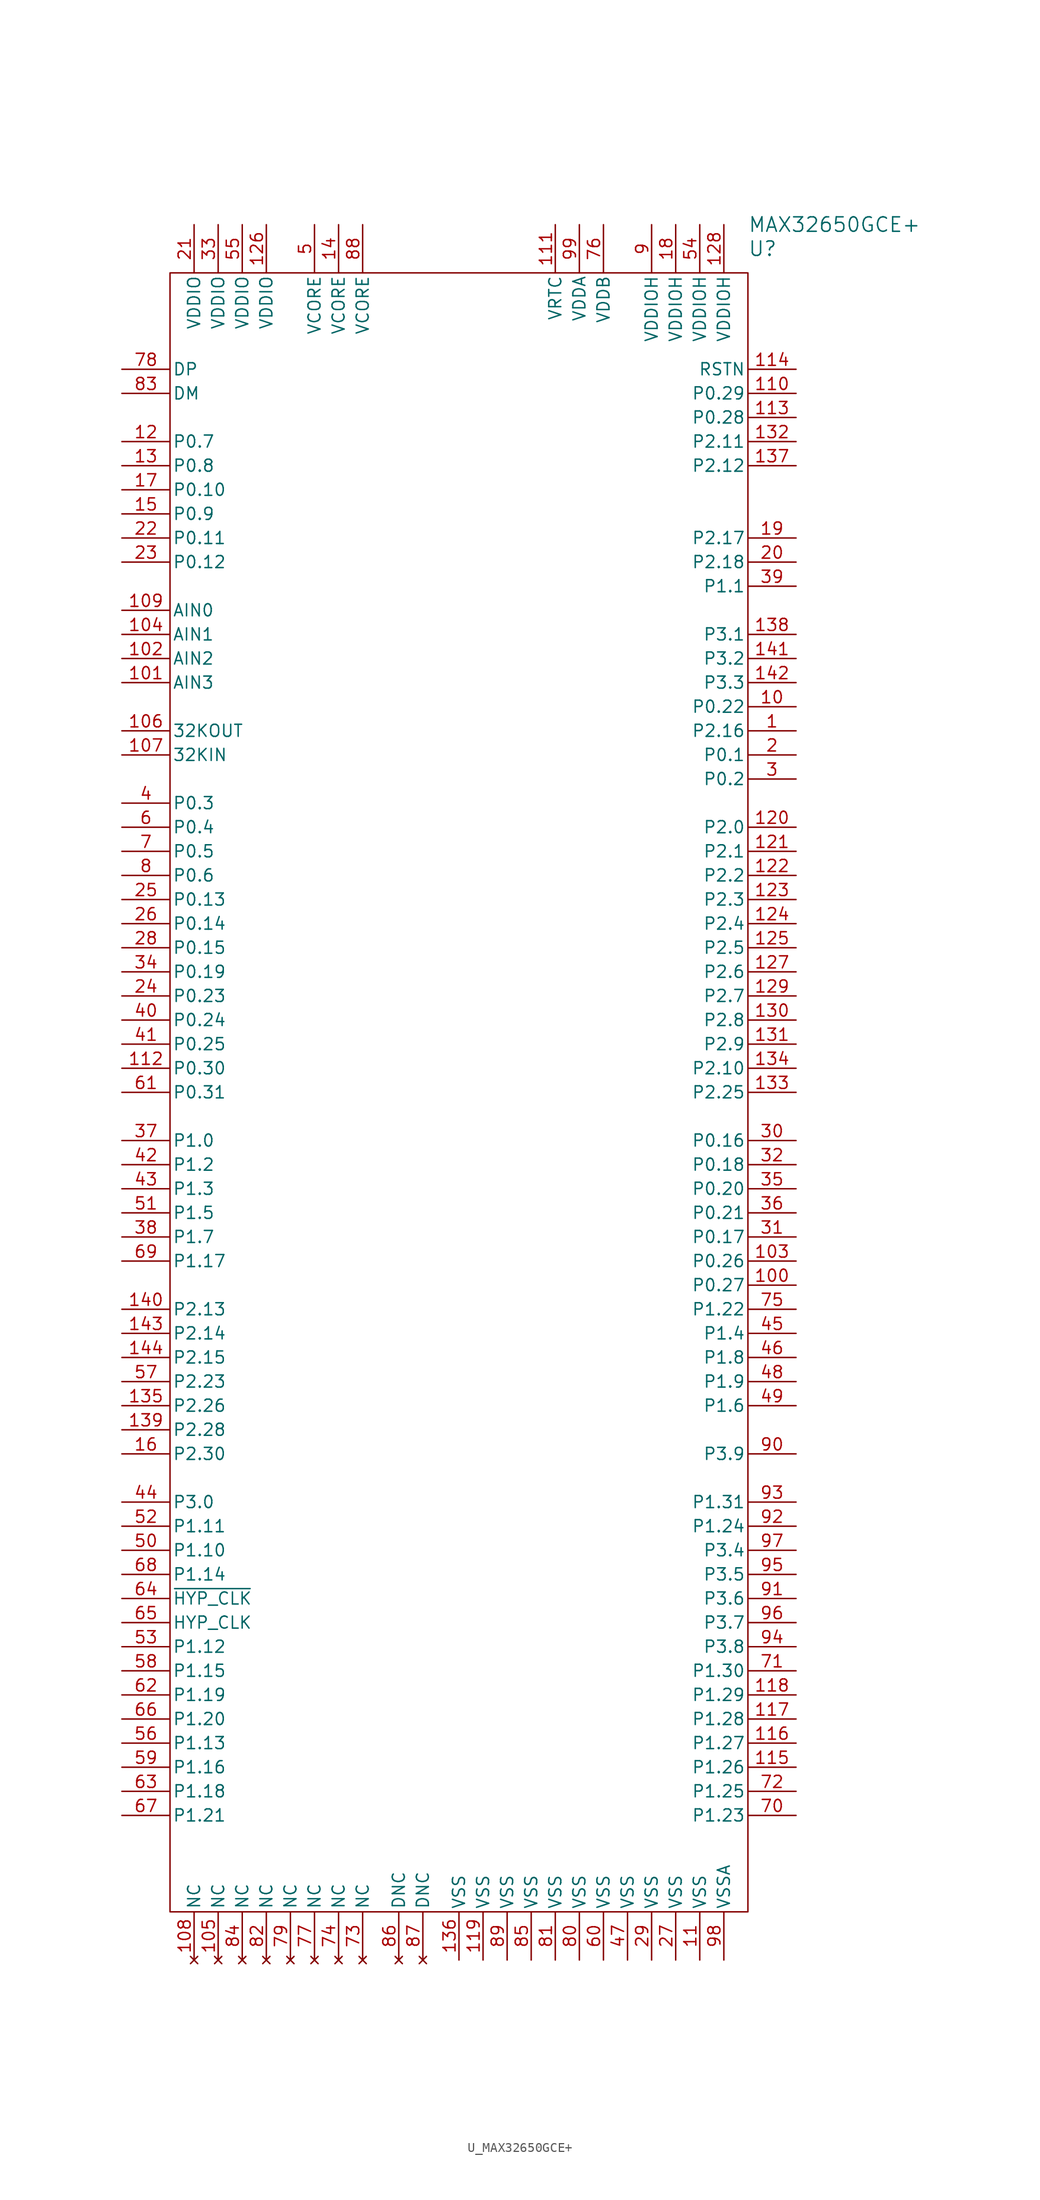
<source format=kicad_sym>
(kicad_symbol_lib
  (version 20241209)
  (generator "kicad_symbol_editor")
  (generator_version "9.0")
  (symbol "U_MAX32650GCE+"
    (pin_names
      (offset 0.254))
    (property "Reference" "U"
      (at 30.48 91.44 0)
      (effects (font (size 1.524 1.524)) (justify left)))
    (property "Value" "MAX32650GCE+"
      (at 30.48 93.98 0)
      (effects (font (size 1.524 1.524)) (justify left)))
    (symbol "U_MAX32650GCE+_1_1"
      (rectangle (start -30.48 88.9) (end 30.48 -83.82) (stroke (width 0) (type default)) (fill (type none)))
      (pin unspecified line (at -35.56 78.74 0) (length 5.08) (name "DP" (effects (font (size 1.27 1.27)))) (number "78" (effects (font (size 1.27 1.27)))))
      (pin unspecified line (at -35.56 76.2 0) (length 5.08) (name "DM" (effects (font (size 1.27 1.27)))) (number "83" (effects (font (size 1.27 1.27)))))
      (pin bidirectional line (at -35.56 71.12 0) (length 5.08) (name "P0.7" (effects (font (size 1.27 1.27)))) (number "12" (effects (font (size 1.27 1.27)))) (alternate "SPIXF_SS0" bidirectional line))
      (pin bidirectional line (at -35.56 68.58 0) (length 5.08) (name "P0.8" (effects (font (size 1.27 1.27)))) (number "13" (effects (font (size 1.27 1.27)))) (alternate "SPIXF_SCK" bidirectional line))
      (pin bidirectional line (at -35.56 66.04 0) (length 5.08) (name "P0.10" (effects (font (size 1.27 1.27)))) (number "17" (effects (font (size 1.27 1.27)))) (alternate "SPIXF_SDIO0" bidirectional line))
      (pin bidirectional line (at -35.56 63.5 0) (length 5.08) (name "P0.9" (effects (font (size 1.27 1.27)))) (number "15" (effects (font (size 1.27 1.27)))) (alternate "SPIXF_SDIO1" bidirectional line))
      (pin bidirectional line (at -35.56 60.96 0) (length 5.08) (name "P0.11" (effects (font (size 1.27 1.27)))) (number "22" (effects (font (size 1.27 1.27)))) (alternate "SPIXF_SDIO2" bidirectional line))
      (pin bidirectional line (at -35.56 58.42 0) (length 5.08) (name "P0.12" (effects (font (size 1.27 1.27)))) (number "23" (effects (font (size 1.27 1.27)))) (alternate "SPIXF_SDIO3" bidirectional line))
      (pin bidirectional line (at -35.56 53.34 0) (length 5.08) (name "AIN0" (effects (font (size 1.27 1.27)))) (number "109" (effects (font (size 1.27 1.27)))))
      (pin input line (at -35.56 50.8 0) (length 5.08) (name "AIN1" (effects (font (size 1.27 1.27)))) (number "104" (effects (font (size 1.27 1.27)))))
      (pin input line (at -35.56 48.26 0) (length 5.08) (name "AIN2" (effects (font (size 1.27 1.27)))) (number "102" (effects (font (size 1.27 1.27)))))
      (pin input line (at -35.56 45.72 0) (length 5.08) (name "AIN3" (effects (font (size 1.27 1.27)))) (number "101" (effects (font (size 1.27 1.27)))))
      (pin output line (at -35.56 40.64 0) (length 5.08) (name "32KOUT" (effects (font (size 1.27 1.27)))) (number "106" (effects (font (size 1.27 1.27)))))
      (pin bidirectional line (at -35.56 38.1 0) (length 5.08) (name "32KIN" (effects (font (size 1.27 1.27)))) (number "107" (effects (font (size 1.27 1.27)))))
      (pin bidirectional line (at -35.56 33.02 0) (length 5.08) (name "P0.3" (effects (font (size 1.27 1.27)))) (number "4" (effects (font (size 1.27 1.27)))) (alternate "SPIXR_SCK" bidirectional line))
      (pin bidirectional line (at -35.56 30.48 0) (length 5.08) (name "P0.4" (effects (font (size 1.27 1.27)))) (number "6" (effects (font (size 1.27 1.27)))) (alternate "SPIXR_SDIO3" bidirectional line))
      (pin bidirectional line (at -35.56 27.94 0) (length 5.08) (name "P0.5" (effects (font (size 1.27 1.27)))) (number "7" (effects (font (size 1.27 1.27)))) (alternate "SPIXR_SDIO1" bidirectional line))
      (pin bidirectional line (at -35.56 25.4 0) (length 5.08) (name "P0.6" (effects (font (size 1.27 1.27)))) (number "8" (effects (font (size 1.27 1.27)))) (alternate "SPIXR_SS0" bidirectional line))
      (pin bidirectional line (at -35.56 22.86 0) (length 5.08) (name "P0.13" (effects (font (size 1.27 1.27)))) (number "25" (effects (font (size 1.27 1.27)))) (alternate "CLCD_G0" bidirectional line) (alternate "SPI3_SS1" bidirectional line))
      (pin bidirectional line (at -35.56 20.32 0) (length 5.08) (name "P0.14" (effects (font (size 1.27 1.27)))) (number "26" (effects (font (size 1.27 1.27)))) (alternate "CLCD_G1" bidirectional line) (alternate "SPI3_SS2" bidirectional line))
      (pin bidirectional line (at -35.56 17.78 0) (length 5.08) (name "P0.15" (effects (font (size 1.27 1.27)))) (number "28" (effects (font (size 1.27 1.27)))) (alternate "CLCD_G2" bidirectional line) (alternate "SPI3_SDIO3" bidirectional line))
      (pin bidirectional line (at -35.56 15.24 0) (length 5.08) (name "P0.19" (effects (font (size 1.27 1.27)))) (number "34" (effects (font (size 1.27 1.27)))) (alternate "CLCD_G6" bidirectional line) (alternate "SPI3_SS0" bidirectional line))
      (pin bidirectional line (at -35.56 12.7 0) (length 5.08) (name "P0.23" (effects (font (size 1.27 1.27)))) (number "24" (effects (font (size 1.27 1.27)))) (alternate "CLCD_CLK" bidirectional line) (alternate "PT15" bidirectional line))
      (pin bidirectional line (at -35.56 10.16 0) (length 5.08) (name "P0.24" (effects (font (size 1.27 1.27)))) (number "40" (effects (font (size 1.27 1.27)))) (alternate "CLCD_HSYNC" bidirectional line) (alternate "RXEV" bidirectional line))
      (pin bidirectional line (at -35.56 7.62 0) (length 5.08) (name "P0.25" (effects (font (size 1.27 1.27)))) (number "41" (effects (font (size 1.27 1.27)))) (alternate "CLCD_B0" bidirectional line) (alternate "TXEV" bidirectional line))
      (pin bidirectional line (at -35.56 5.08 0) (length 5.08) (name "P0.30" (effects (font (size 1.27 1.27)))) (number "112" (effects (font (size 1.27 1.27)))) (alternate "CLCD_B0" bidirectional line))
      (pin bidirectional line (at -35.56 2.54 0) (length 5.08) (name "P0.31" (effects (font (size 1.27 1.27)))) (number "61" (effects (font (size 1.27 1.27)))) (alternate "32KCAL" bidirectional line) (alternate "SDHC_CDN" bidirectional line))
      (pin bidirectional line (at -35.56 -2.54 0) (length 5.08) (name "P1.0" (effects (font (size 1.27 1.27)))) (number "37" (effects (font (size 1.27 1.27)))) (alternate "SDHC_CMD" bidirectional line) (alternate "SPIXF_SDIO3" bidirectional line))
      (pin bidirectional line (at -35.56 -5.08 0) (length 5.08) (name "P1.2" (effects (font (size 1.27 1.27)))) (number "42" (effects (font (size 1.27 1.27)))) (alternate "SDHC_WP" bidirectional line) (alternate "SPIXF_SS0" bidirectional line))
      (pin bidirectional line (at -35.56 -7.62 0) (length 5.08) (name "P1.3" (effects (font (size 1.27 1.27)))) (number "43" (effects (font (size 1.27 1.27)))) (alternate "CLCD_CLK" bidirectional line) (alternate "SDHC_DAT3" bidirectional line))
      (pin bidirectional line (at -35.56 -10.16 0) (length 5.08) (name "P1.5" (effects (font (size 1.27 1.27)))) (number "51" (effects (font (size 1.27 1.27)))) (alternate "SDHC_CLK" bidirectional line) (alternate "SPIXF_SCK" bidirectional line))
      (pin bidirectional line (at -35.56 -12.7 0) (length 5.08) (name "P1.7" (effects (font (size 1.27 1.27)))) (number "38" (effects (font (size 1.27 1.27)))) (alternate "PT1" bidirectional line) (alternate "UART2_CTS" bidirectional line))
      (pin bidirectional line (at -35.56 -15.24 0) (length 5.08) (name "P1.17" (effects (font (size 1.27 1.27)))) (number "69" (effects (font (size 1.27 1.27)))) (alternate "PT9" bidirectional line))
      (pin bidirectional line (at -35.56 -20.32 0) (length 5.08) (name "P2.13" (effects (font (size 1.27 1.27)))) (number "140" (effects (font (size 1.27 1.27)))) (alternate "CLCD_R2" bidirectional line) (alternate "UART1_CTS" bidirectional line))
      (pin bidirectional line (at -35.56 -22.86 0) (length 5.08) (name "P2.14" (effects (font (size 1.27 1.27)))) (number "143" (effects (font (size 1.27 1.27)))) (alternate "CLCD_R3" bidirectional line) (alternate "UART1_RX" bidirectional line))
      (pin bidirectional line (at -35.56 -25.4 0) (length 5.08) (name "P2.15" (effects (font (size 1.27 1.27)))) (number "144" (effects (font (size 1.27 1.27)))) (alternate "CLCD_R4" bidirectional line) (alternate "UART1_RTS" bidirectional line))
      (pin bidirectional line (at -35.56 -27.94 0) (length 5.08) (name "P2.23" (effects (font (size 1.27 1.27)))) (number "57" (effects (font (size 1.27 1.27)))) (alternate "PT6" bidirectional line) (alternate "SPIXR_SDIO3" bidirectional line))
      (pin bidirectional line (at -35.56 -30.48 0) (length 5.08) (name "P2.26" (effects (font (size 1.27 1.27)))) (number "135" (effects (font (size 1.27 1.27)))) (alternate "PT12" bidirectional line))
      (pin bidirectional line (at -35.56 -33.02 0) (length 5.08) (name "P2.28" (effects (font (size 1.27 1.27)))) (number "139" (effects (font (size 1.27 1.27)))) (alternate "PT14" bidirectional line))
      (pin bidirectional line (at -35.56 -35.56 0) (length 5.08) (name "P2.30" (effects (font (size 1.27 1.27)))) (number "16" (effects (font (size 1.27 1.27)))) (alternate "PT1" bidirectional line))
      (pin bidirectional line (at -35.56 -40.64 0) (length 5.08) (name "P3.0" (effects (font (size 1.27 1.27)))) (number "44" (effects (font (size 1.27 1.27)))) (alternate "HYP_CS1N" bidirectional line) (alternate "PDOWN" bidirectional line))
      (pin bidirectional line (at -35.56 -43.18 0) (length 5.08) (name "P1.11" (effects (font (size 1.27 1.27)))) (number "52" (effects (font (size 1.27 1.27)))) (alternate "HYP_CS0N" bidirectional line) (alternate "SPIXR_SDIO0" bidirectional line))
      (pin bidirectional line (at -35.56 -45.72 0) (length 5.08) (name "P1.10" (effects (font (size 1.27 1.27)))) (number "50" (effects (font (size 1.27 1.27)))) (alternate "PT4" bidirectional line) (alternate "UART2_TX" bidirectional line))
      (pin bidirectional line (at -35.56 -48.26 0) (length 5.08) (name "P1.14" (effects (font (size 1.27 1.27)))) (number "68" (effects (font (size 1.27 1.27)))) (alternate "HYP_RWDS" bidirectional line) (alternate "PT5" bidirectional line))
      (pin unspecified line (at -35.56 -50.8 0) (length 5.08) (name "~{HYP_CLK}" (effects (font (size 1.27 1.27)))) (number "64" (effects (font (size 1.27 1.27)))))
      (pin unspecified line (at -35.56 -53.34 0) (length 5.08) (name "HYP_CLK" (effects (font (size 1.27 1.27)))) (number "65" (effects (font (size 1.27 1.27)))))
      (pin bidirectional line (at -35.56 -55.88 0) (length 5.08) (name "P1.12" (effects (font (size 1.27 1.27)))) (number "53" (effects (font (size 1.27 1.27)))) (alternate "HYP_D0" bidirectional line) (alternate "SPIXR_SDIO1" bidirectional line))
      (pin bidirectional line (at -35.56 -58.42 0) (length 5.08) (name "P1.15" (effects (font (size 1.27 1.27)))) (number "58" (effects (font (size 1.27 1.27)))) (alternate "HYP_D1" bidirectional line) (alternate "SPIXR_SDIO2" bidirectional line))
      (pin bidirectional line (at -35.56 -60.96 0) (length 5.08) (name "P1.19" (effects (font (size 1.27 1.27)))) (number "62" (effects (font (size 1.27 1.27)))) (alternate "HYP_D2" bidirectional line) (alternate "PT7" bidirectional line))
      (pin bidirectional line (at -35.56 -63.5 0) (length 5.08) (name "P1.20" (effects (font (size 1.27 1.27)))) (number "66" (effects (font (size 1.27 1.27)))) (alternate "CLCD_HSYNC" bidirectional line) (alternate "HYP_D3" bidirectional line))
      (pin bidirectional line (at -35.56 -66.04 0) (length 5.08) (name "P1.13" (effects (font (size 1.27 1.27)))) (number "56" (effects (font (size 1.27 1.27)))) (alternate "HYP_D4" bidirectional line) (alternate "SPIXR_SS0" bidirectional line))
      (pin bidirectional line (at -35.56 -68.58 0) (length 5.08) (name "P1.16" (effects (font (size 1.27 1.27)))) (number "59" (effects (font (size 1.27 1.27)))) (alternate "HYP_D5" bidirectional line) (alternate "SPIXR_SCK" bidirectional line))
      (pin bidirectional line (at -35.56 -71.12 0) (length 5.08) (name "P1.18" (effects (font (size 1.27 1.27)))) (number "63" (effects (font (size 1.27 1.27)))) (alternate "HYP_D6" bidirectional line) (alternate "PT6" bidirectional line))
      (pin bidirectional line (at -35.56 -73.66 0) (length 5.08) (name "P1.21" (effects (font (size 1.27 1.27)))) (number "67" (effects (font (size 1.27 1.27)))) (alternate "HYP_D7" bidirectional line) (alternate "PT8" bidirectional line))
      (pin power_in line (at -27.94 93.98 270) (length 5.08) (name "VDDIO" (effects (font (size 1.27 1.27)))) (number "21" (effects (font (size 1.27 1.27)))))
      (pin no_connect line (at -27.94 -88.9 90) (length 5.08) (name "NC" (effects (font (size 1.27 1.27)))) (number "108" (effects (font (size 1.27 1.27)))))
      (pin power_in line (at -25.4 93.98 270) (length 5.08) (name "VDDIO" (effects (font (size 1.27 1.27)))) (number "33" (effects (font (size 1.27 1.27)))))
      (pin no_connect line (at -25.4 -88.9 90) (length 5.08) (name "NC" (effects (font (size 1.27 1.27)))) (number "105" (effects (font (size 1.27 1.27)))))
      (pin power_in line (at -22.86 93.98 270) (length 5.08) (name "VDDIO" (effects (font (size 1.27 1.27)))) (number "55" (effects (font (size 1.27 1.27)))))
      (pin no_connect line (at -22.86 -88.9 90) (length 5.08) (name "NC" (effects (font (size 1.27 1.27)))) (number "84" (effects (font (size 1.27 1.27)))))
      (pin power_in line (at -20.32 93.98 270) (length 5.08) (name "VDDIO" (effects (font (size 1.27 1.27)))) (number "126" (effects (font (size 1.27 1.27)))))
      (pin no_connect line (at -20.32 -88.9 90) (length 5.08) (name "NC" (effects (font (size 1.27 1.27)))) (number "82" (effects (font (size 1.27 1.27)))))
      (pin no_connect line (at -17.78 -88.9 90) (length 5.08) (name "NC" (effects (font (size 1.27 1.27)))) (number "79" (effects (font (size 1.27 1.27)))))
      (pin power_in line (at -15.24 93.98 270) (length 5.08) (name "VCORE" (effects (font (size 1.27 1.27)))) (number "5" (effects (font (size 1.27 1.27)))))
      (pin no_connect line (at -15.24 -88.9 90) (length 5.08) (name "NC" (effects (font (size 1.27 1.27)))) (number "77" (effects (font (size 1.27 1.27)))))
      (pin power_in line (at -12.7 93.98 270) (length 5.08) (name "VCORE" (effects (font (size 1.27 1.27)))) (number "14" (effects (font (size 1.27 1.27)))))
      (pin no_connect line (at -12.7 -88.9 90) (length 5.08) (name "NC" (effects (font (size 1.27 1.27)))) (number "74" (effects (font (size 1.27 1.27)))))
      (pin power_in line (at -10.16 93.98 270) (length 5.08) (name "VCORE" (effects (font (size 1.27 1.27)))) (number "88" (effects (font (size 1.27 1.27)))))
      (pin no_connect line (at -10.16 -88.9 90) (length 5.08) (name "NC" (effects (font (size 1.27 1.27)))) (number "73" (effects (font (size 1.27 1.27)))))
      (pin no_connect line (at -6.35 -88.9 90) (length 5.08) (name "DNC" (effects (font (size 1.27 1.27)))) (number "86" (effects (font (size 1.27 1.27)))))
      (pin no_connect line (at -3.81 -88.9 90) (length 5.08) (name "DNC" (effects (font (size 1.27 1.27)))) (number "87" (effects (font (size 1.27 1.27)))))
      (pin power_in line (at 0 -88.9 90) (length 5.08) (name "VSS" (effects (font (size 1.27 1.27)))) (number "136" (effects (font (size 1.27 1.27)))))
      (pin power_in line (at 2.54 -88.9 90) (length 5.08) (name "VSS" (effects (font (size 1.27 1.27)))) (number "119" (effects (font (size 1.27 1.27)))))
      (pin power_in line (at 5.08 -88.9 90) (length 5.08) (name "VSS" (effects (font (size 1.27 1.27)))) (number "89" (effects (font (size 1.27 1.27)))))
      (pin power_in line (at 7.62 -88.9 90) (length 5.08) (name "VSS" (effects (font (size 1.27 1.27)))) (number "85" (effects (font (size 1.27 1.27)))))
      (pin power_in line (at 10.16 93.98 270) (length 5.08) (name "VRTC" (effects (font (size 1.27 1.27)))) (number "111" (effects (font (size 1.27 1.27)))))
      (pin power_in line (at 10.16 -88.9 90) (length 5.08) (name "VSS" (effects (font (size 1.27 1.27)))) (number "81" (effects (font (size 1.27 1.27)))))
      (pin power_in line (at 12.7 93.98 270) (length 5.08) (name "VDDA" (effects (font (size 1.27 1.27)))) (number "99" (effects (font (size 1.27 1.27)))))
      (pin power_in line (at 12.7 -88.9 90) (length 5.08) (name "VSS" (effects (font (size 1.27 1.27)))) (number "80" (effects (font (size 1.27 1.27)))))
      (pin power_in line (at 15.24 93.98 270) (length 5.08) (name "VDDB" (effects (font (size 1.27 1.27)))) (number "76" (effects (font (size 1.27 1.27)))))
      (pin power_in line (at 15.24 -88.9 90) (length 5.08) (name "VSS" (effects (font (size 1.27 1.27)))) (number "60" (effects (font (size 1.27 1.27)))))
      (pin power_in line (at 17.78 -88.9 90) (length 5.08) (name "VSS" (effects (font (size 1.27 1.27)))) (number "47" (effects (font (size 1.27 1.27)))))
      (pin power_in line (at 20.32 93.98 270) (length 5.08) (name "VDDIOH" (effects (font (size 1.27 1.27)))) (number "9" (effects (font (size 1.27 1.27)))))
      (pin power_in line (at 20.32 -88.9 90) (length 5.08) (name "VSS" (effects (font (size 1.27 1.27)))) (number "29" (effects (font (size 1.27 1.27)))))
      (pin power_in line (at 22.86 93.98 270) (length 5.08) (name "VDDIOH" (effects (font (size 1.27 1.27)))) (number "18" (effects (font (size 1.27 1.27)))))
      (pin power_in line (at 22.86 -88.9 90) (length 5.08) (name "VSS" (effects (font (size 1.27 1.27)))) (number "27" (effects (font (size 1.27 1.27)))))
      (pin power_in line (at 25.4 93.98 270) (length 5.08) (name "VDDIOH" (effects (font (size 1.27 1.27)))) (number "54" (effects (font (size 1.27 1.27)))))
      (pin power_in line (at 25.4 -88.9 90) (length 5.08) (name "VSS" (effects (font (size 1.27 1.27)))) (number "11" (effects (font (size 1.27 1.27)))))
      (pin power_in line (at 27.94 93.98 270) (length 5.08) (name "VDDIOH" (effects (font (size 1.27 1.27)))) (number "128" (effects (font (size 1.27 1.27)))))
      (pin power_in line (at 27.94 -88.9 90) (length 5.08) (name "VSSA" (effects (font (size 1.27 1.27)))) (number "98" (effects (font (size 1.27 1.27)))))
      (pin input line (at 35.56 78.74 180) (length 5.08) (name "RSTN" (effects (font (size 1.27 1.27)))) (number "114" (effects (font (size 1.27 1.27)))))
      (pin bidirectional line (at 35.56 76.2 180) (length 5.08) (name "P0.29" (effects (font (size 1.27 1.27)))) (number "110" (effects (font (size 1.27 1.27)))) (alternate "TCK (SWDCLK)" bidirectional line))
      (pin bidirectional line (at 35.56 73.66 180) (length 5.08) (name "P0.28" (effects (font (size 1.27 1.27)))) (number "113" (effects (font (size 1.27 1.27)))) (alternate "TMS (SWDIO)" bidirectional line))
      (pin bidirectional line (at 35.56 71.12 180) (length 5.08) (name "P2.11" (effects (font (size 1.27 1.27)))) (number "132" (effects (font (size 1.27 1.27)))) (alternate "PT13" bidirectional line) (alternate "UART0_RX" bidirectional line))
      (pin bidirectional line (at 35.56 68.58 180) (length 5.08) (name "P2.12" (effects (font (size 1.27 1.27)))) (number "137" (effects (font (size 1.27 1.27)))) (alternate "PT15" bidirectional line) (alternate "UART0_TX" bidirectional line))
      (pin bidirectional line (at 35.56 60.96 180) (length 5.08) (name "P2.17" (effects (font (size 1.27 1.27)))) (number "19" (effects (font (size 1.27 1.27)))) (alternate "CLCD_R6" bidirectional line) (alternate "I2C1_SDA" bidirectional line))
      (pin bidirectional line (at 35.56 58.42 180) (length 5.08) (name "P2.18" (effects (font (size 1.27 1.27)))) (number "20" (effects (font (size 1.27 1.27)))) (alternate "CLCD_R7" bidirectional line) (alternate "I2C1_SCL" bidirectional line))
      (pin bidirectional line (at 35.56 55.88 180) (length 5.08) (name "P1.1" (effects (font (size 1.27 1.27)))) (number "39" (effects (font (size 1.27 1.27)))) (alternate "SDHC_DAT2" bidirectional line) (alternate "SPIXF_SDIO1" bidirectional line))
      (pin bidirectional line (at 35.56 50.8 180) (length 5.08) (name "P3.1" (effects (font (size 1.27 1.27)))) (number "138" (effects (font (size 1.27 1.27)))) (alternate "SPI0_MISO" bidirectional line))
      (pin bidirectional line (at 35.56 48.26 180) (length 5.08) (name "P3.2" (effects (font (size 1.27 1.27)))) (number "141" (effects (font (size 1.27 1.27)))) (alternate "SPI0_MOSI" bidirectional line))
      (pin bidirectional line (at 35.56 45.72 180) (length 5.08) (name "P3.3" (effects (font (size 1.27 1.27)))) (number "142" (effects (font (size 1.27 1.27)))) (alternate "SPI0_SCK" bidirectional line))
      (pin bidirectional line (at 35.56 43.18 180) (length 5.08) (name "P0.22" (effects (font (size 1.27 1.27)))) (number "10" (effects (font (size 1.27 1.27)))) (alternate "CLCD_VDEN" bidirectional line) (alternate "SPI0_SS0" bidirectional line))
      (pin bidirectional line (at 35.56 40.64 180) (length 5.08) (name "P2.16" (effects (font (size 1.27 1.27)))) (number "1" (effects (font (size 1.27 1.27)))) (alternate "CLCD_R5" bidirectional line) (alternate "UART1_TX" bidirectional line))
      (pin bidirectional line (at 35.56 38.1 180) (length 5.08) (name "P0.1" (effects (font (size 1.27 1.27)))) (number "2" (effects (font (size 1.27 1.27)))) (alternate "SPIXR_SDIO0" bidirectional line))
      (pin bidirectional line (at 35.56 35.56 180) (length 5.08) (name "P0.2" (effects (font (size 1.27 1.27)))) (number "3" (effects (font (size 1.27 1.27)))) (alternate "SPIXR_SDIO2" bidirectional line))
      (pin bidirectional line (at 35.56 30.48 180) (length 5.08) (name "P2.0" (effects (font (size 1.27 1.27)))) (number "120" (effects (font (size 1.27 1.27)))) (alternate "PT9" bidirectional line) (alternate "SPI2_SS2" bidirectional line))
      (pin bidirectional line (at 35.56 27.94 180) (length 5.08) (name "P2.1" (effects (font (size 1.27 1.27)))) (number "121" (effects (font (size 1.27 1.27)))) (alternate "PT10" bidirectional line) (alternate "SPI2_SS1" bidirectional line))
      (pin bidirectional line (at 35.56 25.4 180) (length 5.08) (name "P2.2" (effects (font (size 1.27 1.27)))) (number "122" (effects (font (size 1.27 1.27)))) (alternate "CLCD_LEND" bidirectional line) (alternate "SPI2_SCK (I2S-BCLK)" bidirectional line))
      (pin bidirectional line (at 35.56 22.86 180) (length 5.08) (name "P2.3" (effects (font (size 1.27 1.27)))) (number "123" (effects (font (size 1.27 1.27)))) (alternate "CLCD_PWREN" bidirectional line) (alternate "SPI2_MISO (I2S-SDI)" bidirectional line))
      (pin bidirectional line (at 35.56 20.32 180) (length 5.08) (name "P2.4" (effects (font (size 1.27 1.27)))) (number "124" (effects (font (size 1.27 1.27)))) (alternate "SPI2_MOSI (I2S-SDO)" bidirectional line))
      (pin bidirectional line (at 35.56 17.78 180) (length 5.08) (name "P2.5" (effects (font (size 1.27 1.27)))) (number "125" (effects (font (size 1.27 1.27)))) (alternate "PT11" bidirectional line) (alternate "SPI2_SS0 (I2S_LRCLK)" bidirectional line))
      (pin bidirectional line (at 35.56 15.24 180) (length 5.08) (name "P2.6" (effects (font (size 1.27 1.27)))) (number "127" (effects (font (size 1.27 1.27)))) (alternate "CLCD_VSYNC" bidirectional line) (alternate "SPI2_SS3" bidirectional line))
      (pin bidirectional line (at 35.56 12.7 180) (length 5.08) (name "P2.7" (effects (font (size 1.27 1.27)))) (number "129" (effects (font (size 1.27 1.27)))) (alternate "I2C0_SDA" bidirectional line))
      (pin bidirectional line (at 35.56 10.16 180) (length 5.08) (name "P2.8" (effects (font (size 1.27 1.27)))) (number "130" (effects (font (size 1.27 1.27)))) (alternate "I2C0_SCL" bidirectional line))
      (pin bidirectional line (at 35.56 7.62 180) (length 5.08) (name "P2.9" (effects (font (size 1.27 1.27)))) (number "131" (effects (font (size 1.27 1.27)))) (alternate "PT12" bidirectional line) (alternate "UART0_CTS" bidirectional line))
      (pin bidirectional line (at 35.56 5.08 180) (length 5.08) (name "P2.10" (effects (font (size 1.27 1.27)))) (number "134" (effects (font (size 1.27 1.27)))) (alternate "PT14" bidirectional line) (alternate "UART0_RTS" bidirectional line))
      (pin bidirectional line (at 35.56 2.54 180) (length 5.08) (name "P2.25" (effects (font (size 1.27 1.27)))) (number "133" (effects (font (size 1.27 1.27)))) (alternate "PT11" bidirectional line))
      (pin bidirectional line (at 35.56 -2.54 180) (length 5.08) (name "P0.16" (effects (font (size 1.27 1.27)))) (number "30" (effects (font (size 1.27 1.27)))) (alternate "CLCD_G3" bidirectional line) (alternate "SPI3_SCK" bidirectional line))
      (pin bidirectional line (at 35.56 -5.08 180) (length 5.08) (name "P0.18" (effects (font (size 1.27 1.27)))) (number "32" (effects (font (size 1.27 1.27)))) (alternate "CLCD_G5" bidirectional line) (alternate "SPI3_SS3" bidirectional line))
      (pin bidirectional line (at 35.56 -7.62 180) (length 5.08) (name "P0.20" (effects (font (size 1.27 1.27)))) (number "35" (effects (font (size 1.27 1.27)))) (alternate "CLCD_G7" bidirectional line) (alternate "SPI3_SDIO1" bidirectional line))
      (pin bidirectional line (at 35.56 -10.16 180) (length 5.08) (name "P0.21" (effects (font (size 1.27 1.27)))) (number "36" (effects (font (size 1.27 1.27)))) (alternate "SPI3_SDIO0" bidirectional line))
      (pin bidirectional line (at 35.56 -12.7 180) (length 5.08) (name "P0.17" (effects (font (size 1.27 1.27)))) (number "31" (effects (font (size 1.27 1.27)))) (alternate "CLCD_G4" bidirectional line) (alternate "SPI3_SDIO2" bidirectional line))
      (pin bidirectional line (at 35.56 -15.24 180) (length 5.08) (name "P0.26" (effects (font (size 1.27 1.27)))) (number "103" (effects (font (size 1.27 1.27)))) (alternate "TDI" bidirectional line))
      (pin bidirectional line (at 35.56 -17.78 180) (length 5.08) (name "P0.27" (effects (font (size 1.27 1.27)))) (number "100" (effects (font (size 1.27 1.27)))) (alternate "TDO" bidirectional line))
      (pin bidirectional line (at 35.56 -20.32 180) (length 5.08) (name "P1.22" (effects (font (size 1.27 1.27)))) (number "75" (effects (font (size 1.27 1.27)))))
      (pin bidirectional line (at 35.56 -22.86 180) (length 5.08) (name "P1.4" (effects (font (size 1.27 1.27)))) (number "45" (effects (font (size 1.27 1.27)))) (alternate "SDHC_DAT0" bidirectional line) (alternate "SPIXF_SDIO0" bidirectional line))
      (pin bidirectional line (at 35.56 -25.4 180) (length 5.08) (name "P1.8" (effects (font (size 1.27 1.27)))) (number "46" (effects (font (size 1.27 1.27)))) (alternate "PT2" bidirectional line) (alternate "UART2_RTS" bidirectional line))
      (pin bidirectional line (at 35.56 -27.94 180) (length 5.08) (name "P1.9" (effects (font (size 1.27 1.27)))) (number "48" (effects (font (size 1.27 1.27)))) (alternate "PT3" bidirectional line) (alternate "UART2_RX" bidirectional line))
      (pin bidirectional line (at 35.56 -30.48 180) (length 5.08) (name "P1.6" (effects (font (size 1.27 1.27)))) (number "49" (effects (font (size 1.27 1.27)))) (alternate "PT0" bidirectional line) (alternate "SDHC_DAT1" bidirectional line))
      (pin bidirectional line (at 35.56 -35.56 180) (length 5.08) (name "P3.9" (effects (font (size 1.27 1.27)))) (number "90" (effects (font (size 1.27 1.27)))) (alternate "TMR5" bidirectional line))
      (pin bidirectional line (at 35.56 -40.64 180) (length 5.08) (name "P1.31" (effects (font (size 1.27 1.27)))) (number "93" (effects (font (size 1.27 1.27)))) (alternate "CLCD_R1" bidirectional line) (alternate "OWM_IO" bidirectional line))
      (pin bidirectional line (at 35.56 -43.18 180) (length 5.08) (name "P1.24" (effects (font (size 1.27 1.27)))) (number "92" (effects (font (size 1.27 1.27)))) (alternate "CLCD_B2" bidirectional line) (alternate "SPI1_SS2" bidirectional line))
      (pin bidirectional line (at 35.56 -45.72 180) (length 5.08) (name "P3.4" (effects (font (size 1.27 1.27)))) (number "97" (effects (font (size 1.27 1.27)))) (alternate "TMR0" bidirectional line))
      (pin bidirectional line (at 35.56 -48.26 180) (length 5.08) (name "P3.5" (effects (font (size 1.27 1.27)))) (number "95" (effects (font (size 1.27 1.27)))) (alternate "TMR2" bidirectional line))
      (pin bidirectional line (at 35.56 -50.8 180) (length 5.08) (name "P3.6" (effects (font (size 1.27 1.27)))) (number "91" (effects (font (size 1.27 1.27)))) (alternate "TMR4" bidirectional line))
      (pin bidirectional line (at 35.56 -53.34 180) (length 5.08) (name "P3.7" (effects (font (size 1.27 1.27)))) (number "96" (effects (font (size 1.27 1.27)))) (alternate "TMR1" bidirectional line))
      (pin bidirectional line (at 35.56 -55.88 180) (length 5.08) (name "P3.8" (effects (font (size 1.27 1.27)))) (number "94" (effects (font (size 1.27 1.27)))) (alternate "TMR3" bidirectional line))
      (pin bidirectional line (at 35.56 -58.42 180) (length 5.08) (name "P1.30" (effects (font (size 1.27 1.27)))) (number "71" (effects (font (size 1.27 1.27)))) (alternate "CLCD_R0" bidirectional line) (alternate "OWM_PUPEN" bidirectional line))
      (pin bidirectional line (at 35.56 -60.96 180) (length 5.08) (name "P1.29" (effects (font (size 1.27 1.27)))) (number "118" (effects (font (size 1.27 1.27)))) (alternate "CLCD_B7" bidirectional line) (alternate "SPI1_MOSI" bidirectional line))
      (pin bidirectional line (at 35.56 -63.5 180) (length 5.08) (name "P1.28" (effects (font (size 1.27 1.27)))) (number "117" (effects (font (size 1.27 1.27)))) (alternate "CLCD_B6" bidirectional line) (alternate "SPI1_MISO" bidirectional line))
      (pin bidirectional line (at 35.56 -66.04 180) (length 5.08) (name "P1.27" (effects (font (size 1.27 1.27)))) (number "116" (effects (font (size 1.27 1.27)))) (alternate "CLCD_B5" bidirectional line) (alternate "SPI1_SS3" bidirectional line))
      (pin bidirectional line (at 35.56 -68.58 180) (length 5.08) (name "P1.26" (effects (font (size 1.27 1.27)))) (number "115" (effects (font (size 1.27 1.27)))) (alternate "CLCD_B4" bidirectional line) (alternate "SPI1_SCK" bidirectional line))
      (pin bidirectional line (at 35.56 -71.12 180) (length 5.08) (name "P1.25" (effects (font (size 1.27 1.27)))) (number "72" (effects (font (size 1.27 1.27)))) (alternate "CLCD_B3" bidirectional line) (alternate "SPI1_SS1" bidirectional line))
      (pin bidirectional line (at 35.56 -73.66 180) (length 5.08) (name "P1.23" (effects (font (size 1.27 1.27)))) (number "70" (effects (font (size 1.27 1.27)))) (alternate "CLCD_B1" bidirectional line) (alternate "SPI1_SS0" bidirectional line)))))
</source>
